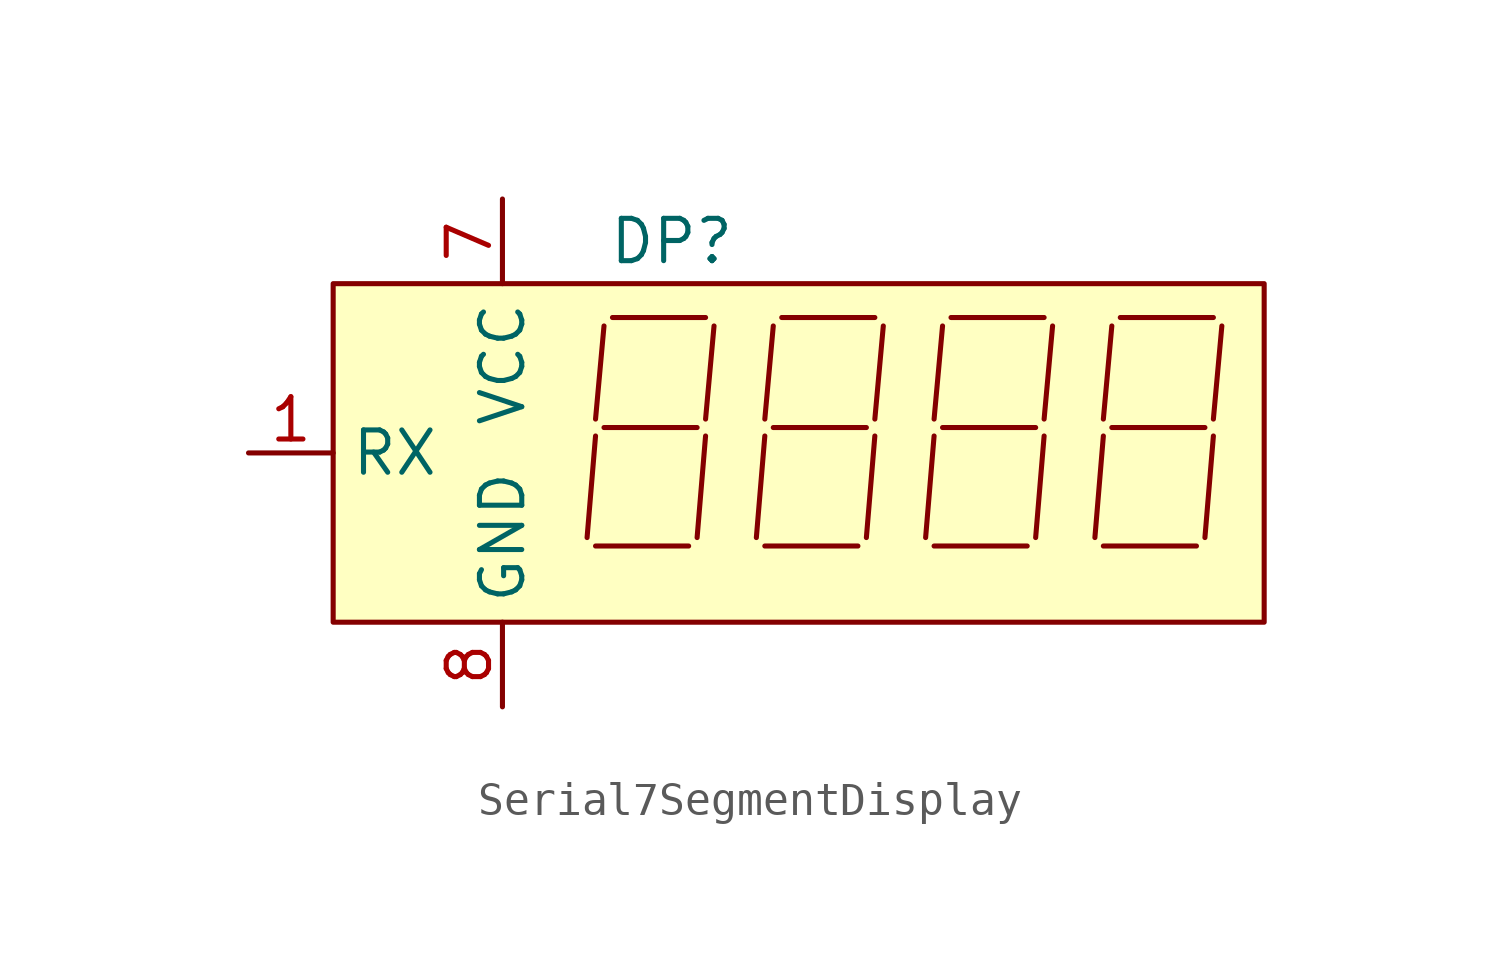
<source format=kicad_sym>
(kicad_symbol_lib
  (version 20220914)
  (generator kicad_symbol_editor)
  (symbol "Serial7SegmentDisplay"
    (property "Reference" "DP"
      (at 12.7 7.62 0)
      (effects (font (size 1.27 1.27))))
    (property "Value" ""
      (at 0 0 0)
      (effects (font (size 1.27 1.27))))
    (symbol "Serial7SegmentDisplay_0_1"
      (polyline (pts (xy 10.16 -1.27) (xy 10.414 1.778)) (stroke (width 0) (type default)) (fill (type none)))
      (polyline (pts (xy 10.414 -1.524) (xy 13.208 -1.524)) (stroke (width 0) (type default)) (fill (type none)))
      (polyline (pts (xy 10.414 2.286) (xy 10.668 5.08)) (stroke (width 0) (type default)) (fill (type none)))
      (polyline (pts (xy 10.668 2.032) (xy 13.462 2.032)) (stroke (width 0) (type default)) (fill (type none)))
      (polyline (pts (xy 10.922 5.334) (xy 13.716 5.334)) (stroke (width 0) (type default)) (fill (type none)))
      (polyline (pts (xy 13.716 1.778) (xy 13.462 -1.27)) (stroke (width 0) (type default)) (fill (type none)))
      (polyline (pts (xy 13.716 2.286) (xy 13.97 5.08)) (stroke (width 0) (type default)) (fill (type none)))
      (polyline (pts (xy 15.24 -1.27) (xy 15.494 1.778)) (stroke (width 0) (type default)) (fill (type none)))
      (polyline (pts (xy 15.494 -1.524) (xy 18.288 -1.524)) (stroke (width 0) (type default)) (fill (type none)))
      (polyline (pts (xy 15.494 2.286) (xy 15.748 5.08)) (stroke (width 0) (type default)) (fill (type none)))
      (polyline (pts (xy 15.748 2.032) (xy 18.542 2.032)) (stroke (width 0) (type default)) (fill (type none)))
      (polyline (pts (xy 16.002 5.334) (xy 18.796 5.334)) (stroke (width 0) (type default)) (fill (type none)))
      (polyline (pts (xy 18.796 1.778) (xy 18.542 -1.27)) (stroke (width 0) (type default)) (fill (type none)))
      (polyline (pts (xy 18.796 2.286) (xy 19.05 5.08)) (stroke (width 0) (type default)) (fill (type none)))
      (polyline (pts (xy 20.32 -1.27) (xy 20.574 1.778)) (stroke (width 0) (type default)) (fill (type none)))
      (polyline (pts (xy 20.574 -1.524) (xy 23.368 -1.524)) (stroke (width 0) (type default)) (fill (type none)))
      (polyline (pts (xy 20.574 2.286) (xy 20.828 5.08)) (stroke (width 0) (type default)) (fill (type none)))
      (polyline (pts (xy 20.828 2.032) (xy 23.622 2.032)) (stroke (width 0) (type default)) (fill (type none)))
      (polyline (pts (xy 21.082 5.334) (xy 23.876 5.334)) (stroke (width 0) (type default)) (fill (type none)))
      (polyline (pts (xy 23.876 1.778) (xy 23.622 -1.27)) (stroke (width 0) (type default)) (fill (type none)))
      (polyline (pts (xy 23.876 2.286) (xy 24.13 5.08)) (stroke (width 0) (type default)) (fill (type none)))
      (polyline (pts (xy 25.4 -1.27) (xy 25.654 1.778)) (stroke (width 0) (type default)) (fill (type none)))
      (polyline (pts (xy 25.654 -1.524) (xy 28.448 -1.524)) (stroke (width 0) (type default)) (fill (type none)))
      (polyline (pts (xy 25.654 2.286) (xy 25.908 5.08)) (stroke (width 0) (type default)) (fill (type none)))
      (polyline (pts (xy 25.908 2.032) (xy 28.702 2.032)) (stroke (width 0) (type default)) (fill (type none)))
      (polyline (pts (xy 26.162 5.334) (xy 28.956 5.334)) (stroke (width 0) (type default)) (fill (type none)))
      (polyline (pts (xy 28.956 1.778) (xy 28.702 -1.27)) (stroke (width 0) (type default)) (fill (type none)))
      (polyline (pts (xy 28.956 2.286) (xy 29.21 5.08)) (stroke (width 0) (type default)) (fill (type none))))
    (symbol "Serial7SegmentDisplay_1_1"
      (rectangle (start 2.54 6.35) (end 30.48 -3.81) (stroke (width 0) (type default)) (fill (type background)))
      (pin input line (at 0 1.27 0) (length 2.54) (name "RX" (effects (font (size 1.27 1.27)))) (number "1" (effects (font (size 1.27 1.27)))))
      (pin input line (at 7.62 8.89 270) (length 2.54) (name "VCC" (effects (font (size 1.27 1.27)))) (number "7" (effects (font (size 1.27 1.27)))))
      (pin input line (at 7.62 -6.35 90) (length 2.54) (name "GND" (effects (font (size 1.27 1.27)))) (number "8" (effects (font (size 1.27 1.27))))))))
</source>
